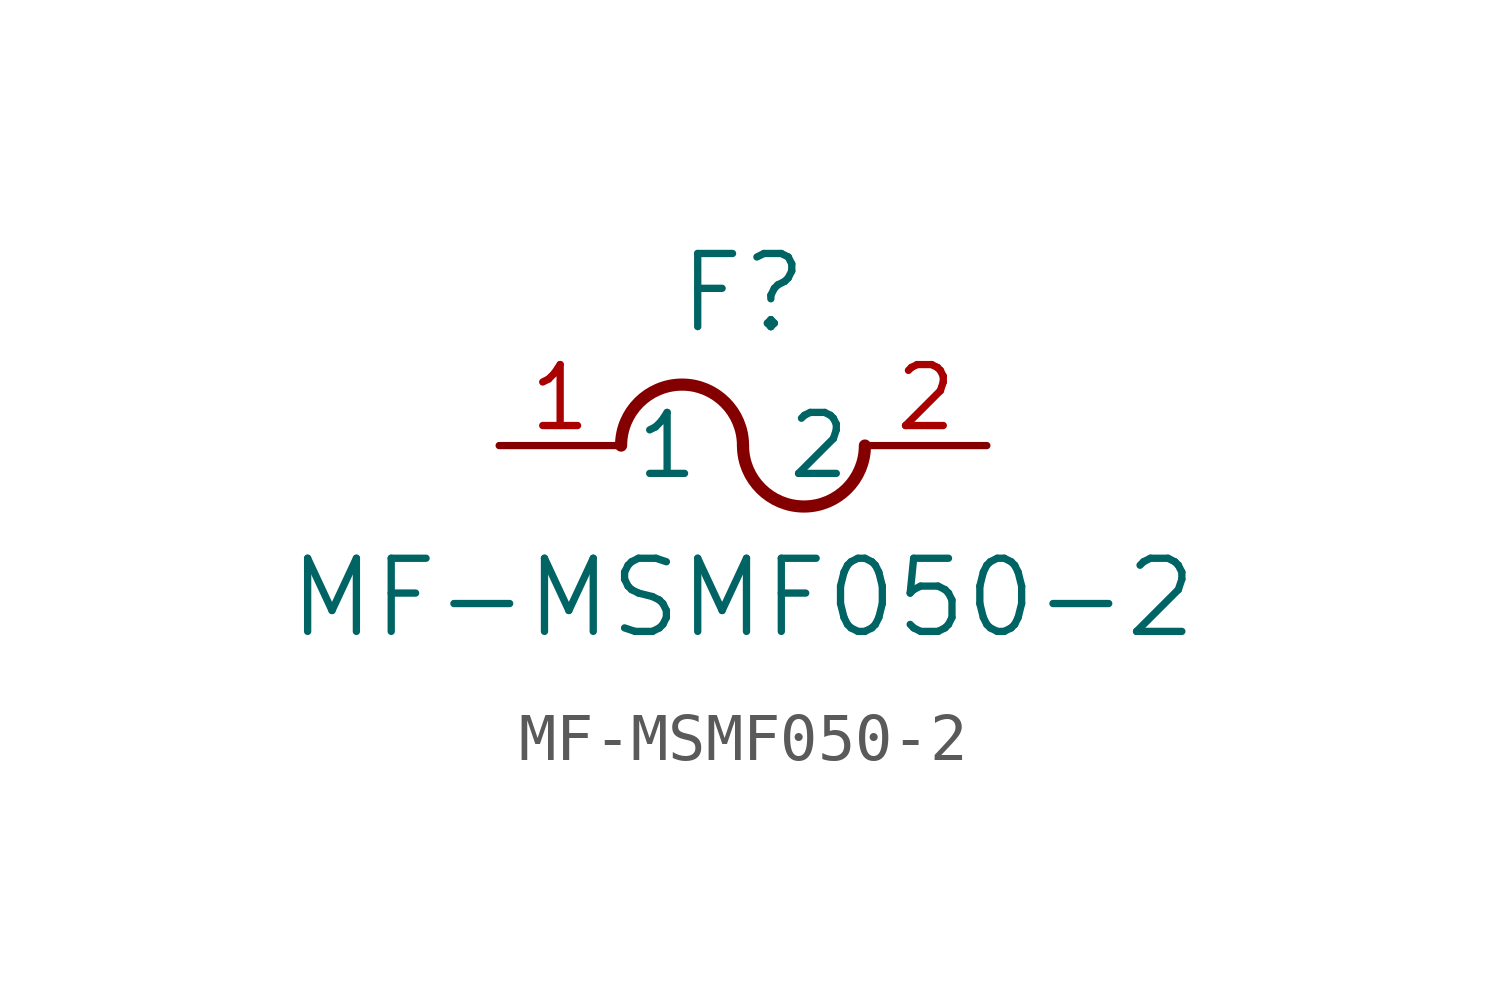
<source format=kicad_sym>
(kicad_symbol_lib
  (version 20241209)
  (generator "kicad_symbol_editor")
  (generator_version "9.0")
  (symbol "MF-MSMF050-2"
    (pin_names
      (offset 0.254))
    (property "Reference" "F"
      (at 5.08 3.175 0)
      (effects (font (size 1.524 1.524))))
    (property "Value" "MF-MSMF050-2"
      (at 5.08 -3.175 0)
      (effects (font (size 1.524 1.524))))
    (symbol "MF-MSMF050-2_0_1"
      (arc (start 2.54 0) (mid 3.81 1.2645) (end 5.08 0) (stroke (width 0.254) (type default)) (fill (type none)))
      (arc (start 7.62 0) (mid 6.35 -1.2645) (end 5.08 0) (stroke (width 0.254) (type default)) (fill (type none)))
      (pin passive line (at 0 0 0) (length 2.54) (name "1" (effects (font (size 1.27 1.27)))) (number "1" (effects (font (size 1.27 1.27))))))
    (symbol "MF-MSMF050-2_1_1"
      (pin passive line (at 10.16 0 180) (length 2.54) (name "2" (effects (font (size 1.27 1.27)))) (number "2" (effects (font (size 1.27 1.27))))))))
</source>
